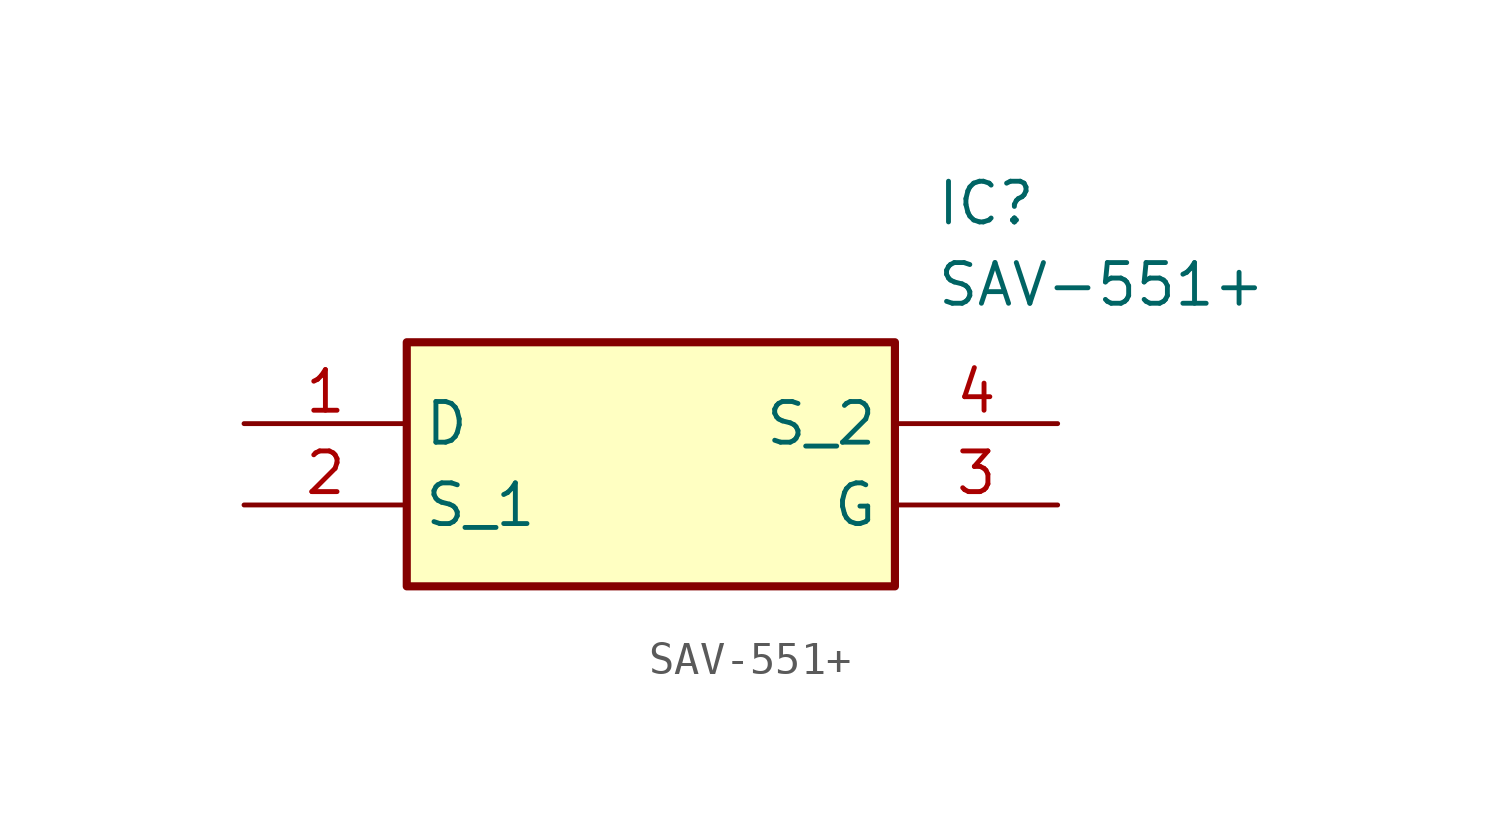
<source format=kicad_sym>
(kicad_symbol_lib
  (version 20211014)
  (generator SamacSys_ECAD_Model)
  (symbol "SAV-551+"
    (property "Reference" "IC"
      (at 21.59 7.62 0)
      (effects (font (size 1.27 1.27)) (justify left top)))
    (property "Value" "SAV-551+"
      (at 21.59 5.08 0)
      (effects (font (size 1.27 1.27)) (justify left top)))
    (rectangle
      (start 5.08 2.54)
      (end 20.32 -5.08)
      (stroke (width 0.254) (type default))
      (fill (type background)))
    (pin passive line
      (at 0 0 0)
      (length 5.08)
      (name "D" (effects (font (size 1.27 1.27))))
      (number "1" (effects (font (size 1.27 1.27)))))
    (pin passive line
      (at 0 -2.54 0)
      (length 5.08)
      (name "S_1" (effects (font (size 1.27 1.27))))
      (number "2" (effects (font (size 1.27 1.27)))))
    (pin passive line
      (at 25.4 -2.54 180)
      (length 5.08)
      (name "G" (effects (font (size 1.27 1.27))))
      (number "3" (effects (font (size 1.27 1.27)))))
    (pin passive line
      (at 25.4 0 180)
      (length 5.08)
      (name "S_2" (effects (font (size 1.27 1.27))))
      (number "4" (effects (font (size 1.27 1.27)))))))
</source>
